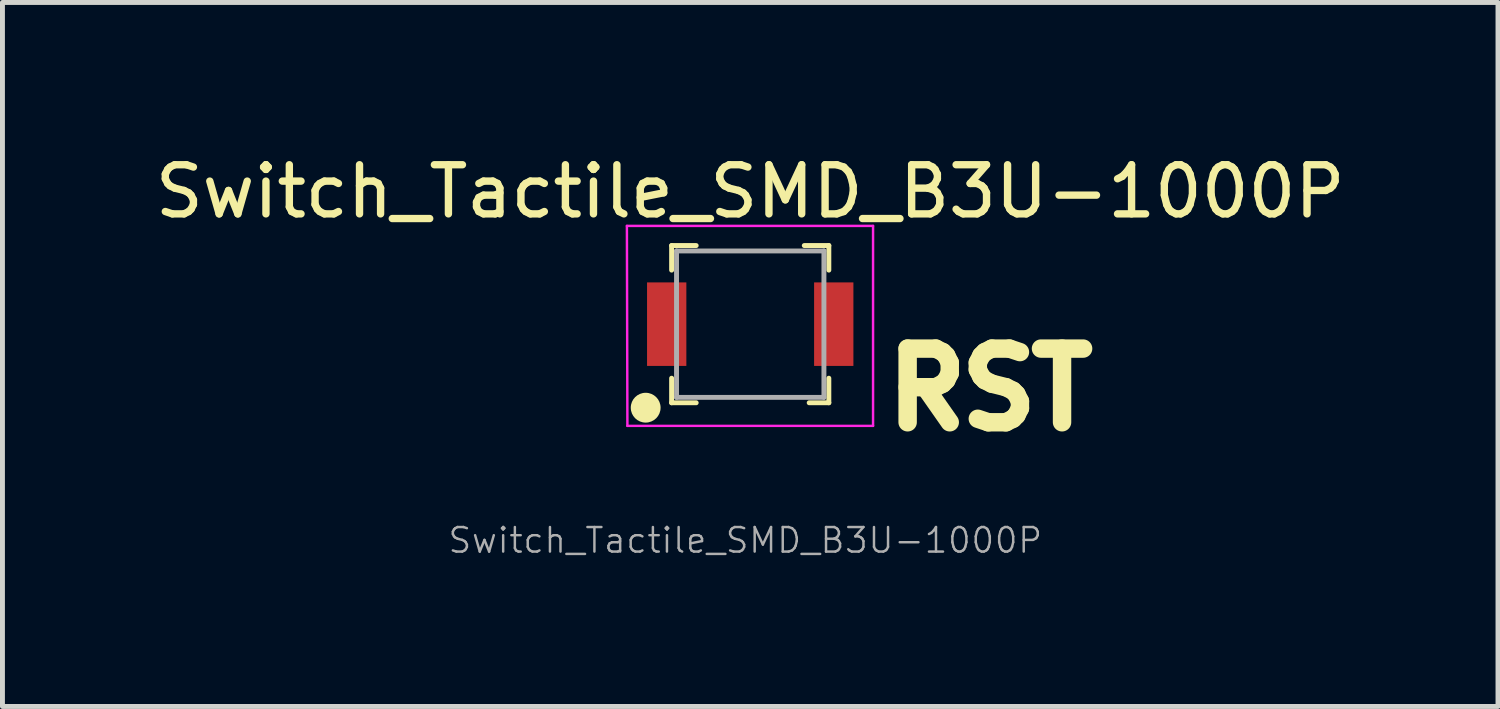
<source format=kicad_pcb>
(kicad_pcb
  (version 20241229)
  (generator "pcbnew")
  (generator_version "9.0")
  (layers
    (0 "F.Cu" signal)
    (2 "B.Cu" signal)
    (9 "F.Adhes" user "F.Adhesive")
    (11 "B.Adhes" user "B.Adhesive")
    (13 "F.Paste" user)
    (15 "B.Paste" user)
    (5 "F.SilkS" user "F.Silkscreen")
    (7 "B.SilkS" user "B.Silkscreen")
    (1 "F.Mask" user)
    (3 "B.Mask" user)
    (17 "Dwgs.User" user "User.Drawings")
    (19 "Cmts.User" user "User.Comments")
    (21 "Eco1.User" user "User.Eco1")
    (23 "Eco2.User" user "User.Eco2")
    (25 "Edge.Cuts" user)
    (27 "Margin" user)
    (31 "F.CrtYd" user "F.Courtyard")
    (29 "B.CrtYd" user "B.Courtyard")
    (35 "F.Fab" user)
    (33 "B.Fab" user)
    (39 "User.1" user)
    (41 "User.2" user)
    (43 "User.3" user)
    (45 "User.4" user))
  (footprint "Switch_Tactile_SMD_B3U-1000P"
    (layer "F.Cu")
    (at 12.22 3.548)
    (property "Reference" "Switch_Tactile_SMD_B3U-1000P" (at 0 -2.7 0) (layer "F.SilkS") (effects (font (size 1 1) (thickness 0.15))))
    (attr smd)
    (fp_line (start -1.6 -1.6) (end -1.6 -1.1) (stroke (width 0.1) (type solid)) (layer "F.SilkS"))
    (fp_line (start -1.6 -1.6) (end -1.1 -1.6) (stroke (width 0.1) (type solid)) (layer "F.SilkS"))
    (fp_line (start -1.6 1.6) (end -1.6 1.1) (stroke (width 0.1) (type solid)) (layer "F.SilkS"))
    (fp_line (start -1.6 1.6) (end -1.1 1.6) (stroke (width 0.1) (type solid)) (layer "F.SilkS"))
    (fp_line (start 1.6 -1.6) (end 1.1 -1.6) (stroke (width 0.1) (type solid)) (layer "F.SilkS"))
    (fp_line (start 1.6 -1.6) (end 1.6 -1.1) (stroke (width 0.1) (type solid)) (layer "F.SilkS"))
    (fp_line (start 1.6 1.6) (end 1.2 1.6) (stroke (width 0.1) (type solid)) (layer "F.SilkS"))
    (fp_line (start 1.6 1.6) (end 1.6 1.1) (stroke (width 0.1) (type solid)) (layer "F.SilkS"))
    (fp_circle (center -2.128 1.7) (end -2.038 1.49) (stroke (width 0.15) (type solid)) (fill yes) (layer "F.SilkS"))
    (fp_line (start -2.51 -2) (end 2.5 -2) (stroke (width 0.05) (type solid)) (layer "F.CrtYd"))
    (fp_line (start -2.5 2.07) (end -2.51 -2) (stroke (width 0.05) (type solid)) (layer "F.CrtYd"))
    (fp_line (start -2.5 2.07) (end 2.5 2.07) (stroke (width 0.05) (type solid)) (layer "F.CrtYd"))
    (fp_line (start 2.5 2.07) (end 2.5 -2) (stroke (width 0.05) (type solid)) (layer "F.CrtYd"))
    (fp_line (start -1.5 -1.49) (end -1.5 1.49) (stroke (width 0.1) (type solid)) (layer "F.Fab"))
    (fp_line (start -1.5 -1.49) (end 1.5 -1.49) (stroke (width 0.1) (type solid)) (layer "F.Fab"))
    (fp_line (start -1.5 1.49) (end 1.5 1.49) (stroke (width 0.1) (type solid)) (layer "F.Fab"))
    (fp_line (start 1.5 -1.49) (end 1.5 1.49) (stroke (width 0.1) (type solid)) (layer "F.Fab"))
    (fp_text user "RST" (at 2.6 2.2 0) (unlocked yes) (layer "F.SilkS") (effects (font (size 1.5 1.5) (thickness 0.375) (bold yes)) (justify left bottom)))
    (fp_text user "${REFERENCE}" (at -0.1 4.4 0) (layer "F.Fab") (effects (font (size 0.5 0.5) (thickness 0.05))))
    (pad "1" smd rect (at -1.7 0) (size 0.8 1.7) (layers "F.Cu" "F.Mask" "F.Paste"))
    (pad "2" smd rect (at 1.7 0) (size 0.8 1.7) (layers "F.Cu" "F.Mask" "F.Paste")))
  (gr_rect
    (start -3 -3)
    (end 27.44 11.329)
    (stroke (width 0.1) (type default))
    (fill no)
    (layer "Edge.Cuts")))
</source>
